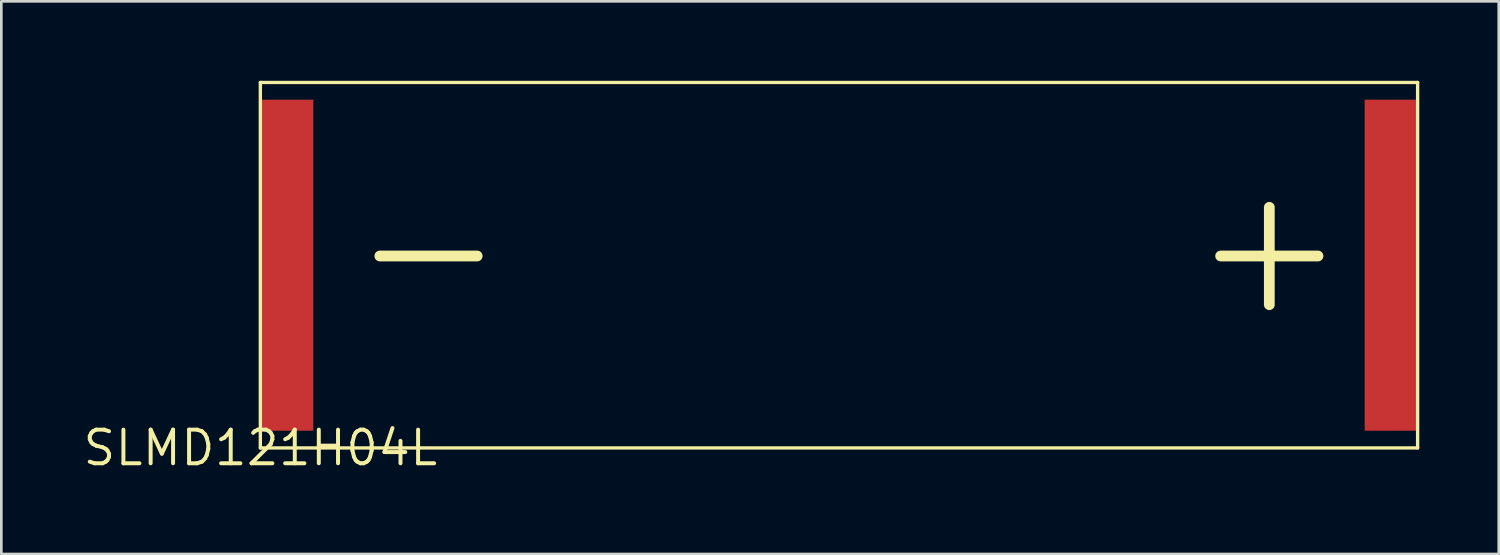
<source format=kicad_pcb>
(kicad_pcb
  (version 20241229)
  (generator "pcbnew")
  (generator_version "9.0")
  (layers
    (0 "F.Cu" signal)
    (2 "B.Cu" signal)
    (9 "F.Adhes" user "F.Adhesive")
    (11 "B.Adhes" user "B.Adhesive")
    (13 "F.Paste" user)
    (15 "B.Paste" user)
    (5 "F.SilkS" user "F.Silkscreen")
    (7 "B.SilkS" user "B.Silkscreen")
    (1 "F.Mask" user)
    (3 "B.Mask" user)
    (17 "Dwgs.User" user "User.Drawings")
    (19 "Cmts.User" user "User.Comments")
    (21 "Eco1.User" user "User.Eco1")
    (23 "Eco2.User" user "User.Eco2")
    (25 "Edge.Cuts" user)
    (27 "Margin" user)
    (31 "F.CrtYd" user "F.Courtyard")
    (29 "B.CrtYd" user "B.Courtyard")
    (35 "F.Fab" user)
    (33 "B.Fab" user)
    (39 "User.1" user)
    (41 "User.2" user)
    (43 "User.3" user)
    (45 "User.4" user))
  (footprint "SLMD121H04L"
    (layer "F.Cu")
    (at 6.781 13.864)
    (property "Reference" "SLMD121H04L" (at 0 0 0) (layer "F.SilkS") (effects (font (size 1.27 1.27) (thickness 0.15))))
    (attr through_hole)
    (fp_line (start 0 -13.8) (end 43.7 -13.8) (stroke (width 0.127) (type solid)) (layer "F.SilkS"))
    (fp_line (start 0 0) (end 0 -13.8) (stroke (width 0.127) (type solid)) (layer "F.SilkS"))
    (fp_line (start 43.7 -13.8) (end 43.7 0) (stroke (width 0.127) (type solid)) (layer "F.SilkS"))
    (fp_line (start 43.7 0) (end 0 0) (stroke (width 0.127) (type solid)) (layer "F.SilkS"))
    (fp_text user "-" (at 6.35 -7.62 0) (layer "F.SilkS") (effects (font (size 4.826 4.826) (thickness 0.406))))
    (fp_text user "+" (at 38.1 -7.62 0) (layer "F.SilkS") (effects (font (size 4.826 4.826) (thickness 0.406))))
    (pad "P$1" smd rect (at 1 -6.9 90) (size 12.5 2) (layers "F.Cu" "F.Mask" "F.Paste"))
    (pad "P$2" smd rect (at 42.7 -6.9 90) (size 12.5 2) (layers "F.Cu" "F.Mask" "F.Paste")))
  (gr_rect
    (start -3 -3)
    (end 53.544 17.87)
    (stroke (width 0.1) (type default))
    (fill no)
    (layer "Edge.Cuts")))
</source>
